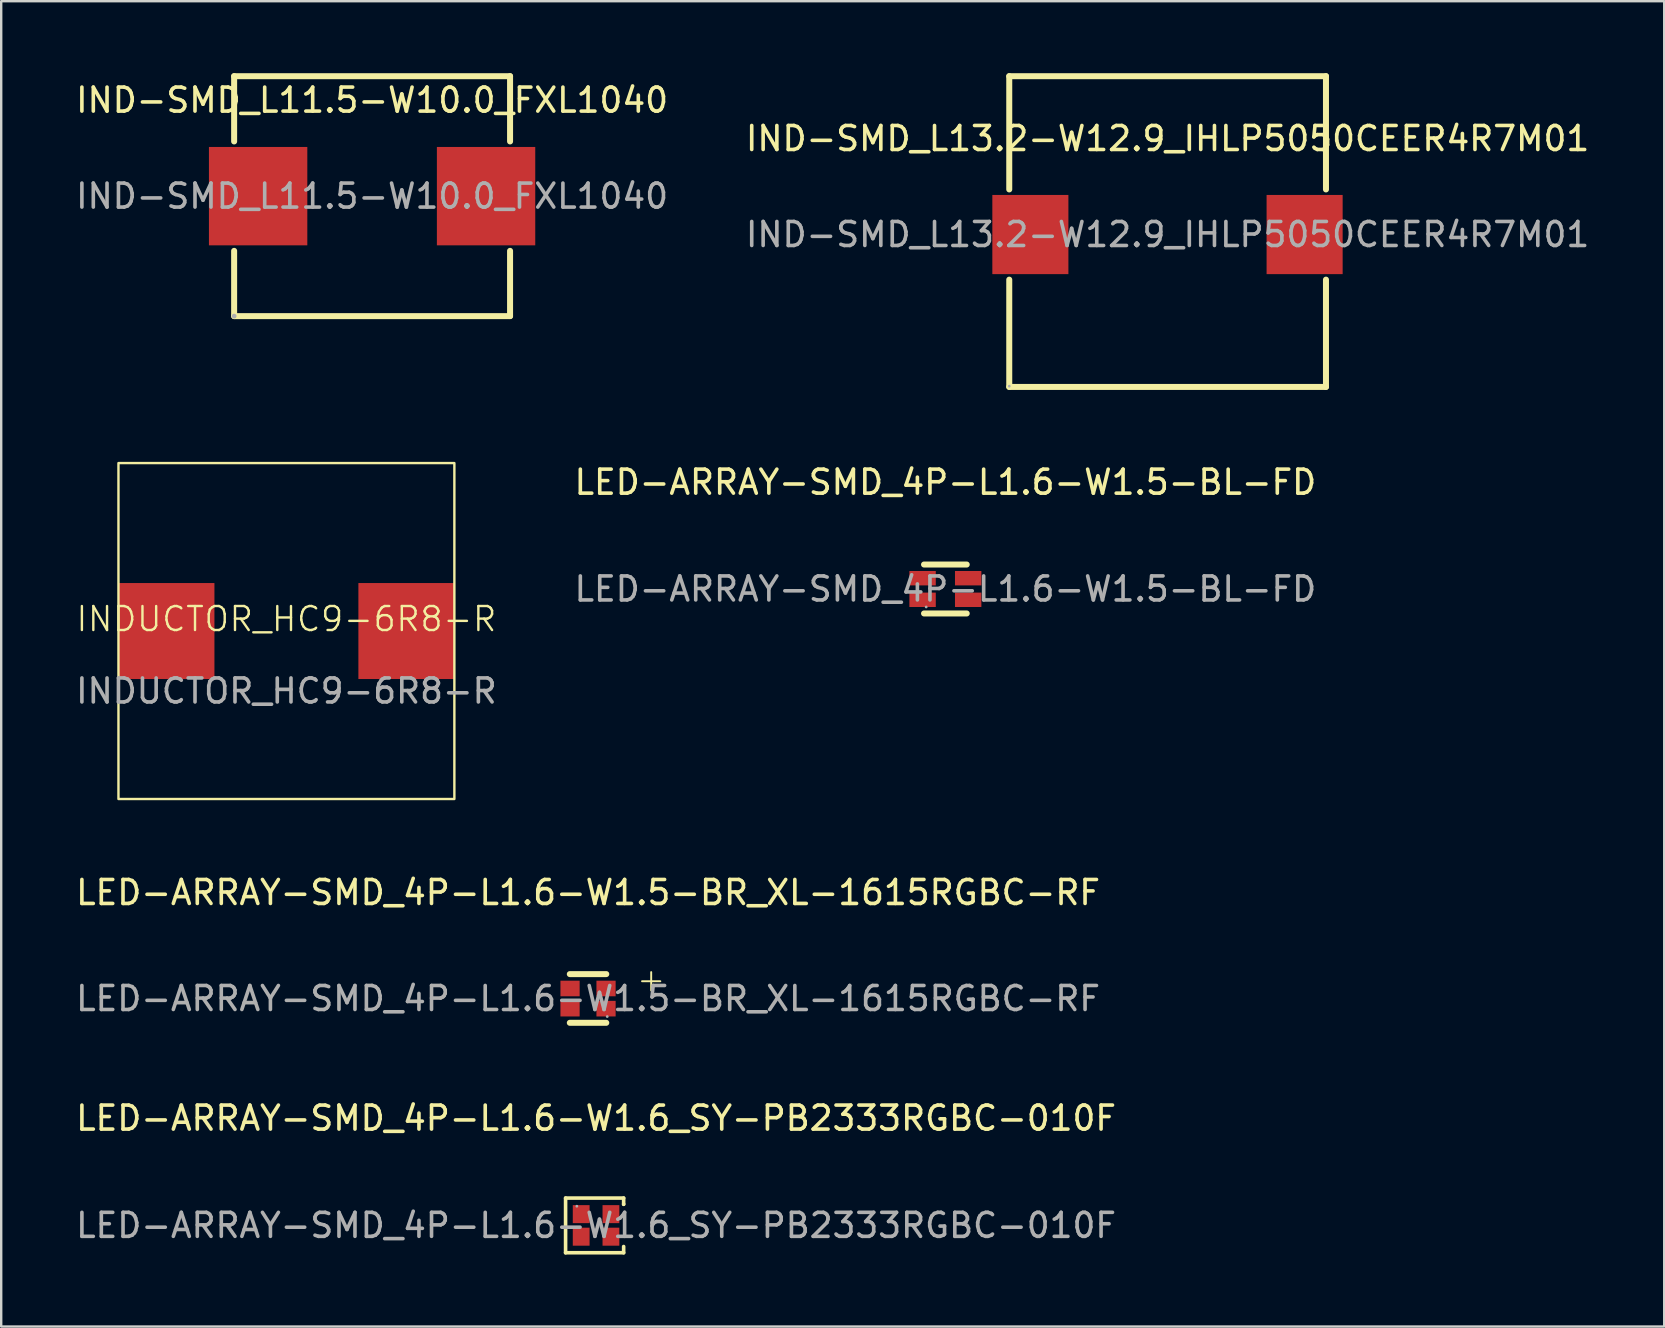
<source format=kicad_pcb>
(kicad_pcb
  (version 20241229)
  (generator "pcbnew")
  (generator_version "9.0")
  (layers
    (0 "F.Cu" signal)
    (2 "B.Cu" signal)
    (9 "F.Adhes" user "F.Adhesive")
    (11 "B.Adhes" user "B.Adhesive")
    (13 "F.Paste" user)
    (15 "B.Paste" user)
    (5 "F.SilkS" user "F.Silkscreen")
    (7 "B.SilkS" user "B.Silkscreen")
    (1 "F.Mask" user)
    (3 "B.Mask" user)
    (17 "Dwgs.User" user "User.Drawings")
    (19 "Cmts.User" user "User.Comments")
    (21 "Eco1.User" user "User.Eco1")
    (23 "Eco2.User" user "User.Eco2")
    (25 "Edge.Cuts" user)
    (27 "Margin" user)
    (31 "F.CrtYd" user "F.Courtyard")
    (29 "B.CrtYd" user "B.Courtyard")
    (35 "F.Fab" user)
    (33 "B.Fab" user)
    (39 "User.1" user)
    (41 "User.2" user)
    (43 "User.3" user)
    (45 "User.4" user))
  (footprint "IND-SMD_L11.5-W10.0_FXL1040"
    (layer "F.Cu")
    (at 12.458 5.125)
    (property "Reference" "IND-SMD_L11.5-W10.0_FXL1040" (at 0 -4 0) (layer "F.SilkS") (effects (font (size 1 1) (thickness 0.15))))
    (attr smd)
    (fp_line (start -5.75 -5) (end -5.75 -2.28) (stroke (width 0.25) (type solid)) (layer "F.SilkS"))
    (fp_line (start -5.75 -5) (end 5.75 -5) (stroke (width 0.25) (type solid)) (layer "F.SilkS"))
    (fp_line (start -5.75 2.28) (end -5.75 5) (stroke (width 0.25) (type solid)) (layer "F.SilkS"))
    (fp_line (start 5.75 -2.28) (end 5.75 -5) (stroke (width 0.25) (type solid)) (layer "F.SilkS"))
    (fp_line (start 5.75 5) (end -5.75 5) (stroke (width 0.25) (type solid)) (layer "F.SilkS"))
    (fp_line (start 5.75 5) (end 5.75 2.28) (stroke (width 0.25) (type solid)) (layer "F.SilkS"))
    (fp_circle (center -5.75 5) (end -5.7 5) (stroke (width 0.1) (type solid)) (fill no) (layer "F.Fab"))
    (fp_text user "${REFERENCE}" (at 0 0 0) (layer "F.Fab") (effects (font (size 1 1) (thickness 0.15))))
    (pad "1" smd rect (at -4.75 0) (size 4.1 4.1) (layers "F.Cu" "F.Mask" "F.Paste"))
    (pad "2" smd rect (at 4.75 0) (size 4.1 4.1) (layers "F.Cu" "F.Mask" "F.Paste")))
  (footprint "LED-ARRAY-SMD_4P-L1.6-W1.5-BL-FD"
    (layer "F.Cu")
    (at 36.351 21.498)
    (property "Reference" "LED-ARRAY-SMD_4P-L1.6-W1.5-BL-FD" (at 0 -4.45 0) (layer "F.SilkS") (effects (font (size 1 1) (thickness 0.15))))
    (attr smd)
    (fp_line (start -0.89 -1.02) (end 0.89 -1.02) (stroke (width 0.25) (type solid)) (layer "F.SilkS"))
    (fp_line (start -0.89 1.02) (end 0.89 1.02) (stroke (width 0.25) (type solid)) (layer "F.SilkS"))
    (fp_circle (center -0.8 0.75) (end -0.77 0.75) (stroke (width 0.06) (type solid)) (fill no) (layer "F.Fab"))
    (fp_text user "${REFERENCE}" (at 0 0 0) (layer "F.Fab") (effects (font (size 1 1) (thickness 0.15))))
    (pad "1" smd rect (at -0.95 0.45 270) (size 0.6 1.1) (layers "F.Cu" "F.Mask" "F.Paste"))
    (pad "2" smd rect (at 0.95 0.45 270) (size 0.6 1.1) (layers "F.Cu" "F.Mask" "F.Paste"))
    (pad "3" smd rect (at 0.95 -0.45 270) (size 0.6 1.1) (layers "F.Cu" "F.Mask" "F.Paste"))
    (pad "4" smd rect (at -0.95 -0.45 270) (size 0.6 1.1) (layers "F.Cu" "F.Mask" "F.Paste")))
  (footprint "LED-ARRAY-SMD_4P-L1.6-W1.5-BR_XL-1615RGBC-RF"
    (layer "F.Cu")
    (at 21.458 38.568)
    (property "Reference" "LED-ARRAY-SMD_4P-L1.6-W1.5-BR_XL-1615RGBC-RF" (at 0 -4.42 0) (layer "F.SilkS") (effects (font (size 1 1) (thickness 0.15))))
    (attr smd)
    (fp_line (start -0.76 -1.02) (end 0.76 -1.02) (stroke (width 0.25) (type solid)) (layer "F.SilkS"))
    (fp_line (start 0.76 1.01) (end -0.76 1.01) (stroke (width 0.25) (type solid)) (layer "F.SilkS"))
    (fp_circle (center 0.8 0.75) (end 0.83 0.75) (stroke (width 0.06) (type solid)) (fill no) (layer "F.Fab"))
    (fp_text user "+" (at 1.96 -0.8 180) (layer "F.SilkS") (effects (font (size 1 1) (thickness 0.08)) (justify left)))
    (fp_text user "${REFERENCE}" (at 0 0 0) (layer "F.Fab") (effects (font (size 1 1) (thickness 0.15))))
    (pad "1" smd rect (at 0.75 0.42 180) (size 0.8 0.65) (layers "F.Cu" "F.Mask" "F.Paste"))
    (pad "2" smd rect (at 0.75 -0.42 180) (size 0.8 0.65) (layers "F.Cu" "F.Mask" "F.Paste"))
    (pad "3" smd rect (at -0.75 -0.42 180) (size 0.8 0.65) (layers "F.Cu" "F.Mask" "F.Paste"))
    (pad "4" smd rect (at -0.75 0.42 180) (size 0.8 0.65) (layers "F.Cu" "F.Mask" "F.Paste")))
  (footprint "IND-SMD_L13.2-W12.9_IHLP5050CEER4R7M01"
    (layer "F.Cu")
    (at 45.613 6.725)
    (property "Reference" "IND-SMD_L13.2-W12.9_IHLP5050CEER4R7M01" (at 0 -4 0) (layer "F.SilkS") (effects (font (size 1 1) (thickness 0.15))))
    (attr through_hole)
    (fp_line (start -6.6 -6.6) (end -6.6 -1.88) (stroke (width 0.25) (type solid)) (layer "F.SilkS"))
    (fp_line (start -6.6 1.88) (end -6.6 6.35) (stroke (width 0.25) (type solid)) (layer "F.SilkS"))
    (fp_line (start -6.6 6.35) (end 6.6 6.35) (stroke (width 0.25) (type solid)) (layer "F.SilkS"))
    (fp_line (start 6.6 -6.6) (end -6.6 -6.6) (stroke (width 0.25) (type solid)) (layer "F.SilkS"))
    (fp_line (start 6.6 -1.88) (end 6.6 -6.6) (stroke (width 0.25) (type solid)) (layer "F.SilkS"))
    (fp_line (start 6.6 6.35) (end 6.6 1.88) (stroke (width 0.25) (type solid)) (layer "F.SilkS"))
    (fp_circle (center -6.6 6.32) (end -6.57 6.32) (stroke (width 0.06) (type solid)) (fill no) (layer "F.Fab"))
    (fp_text user "${REFERENCE}" (at 0 0 0) (layer "F.Fab") (effects (font (size 1 1) (thickness 0.15))))
    (pad "1" smd rect (at -5.72 0) (size 3.17 3.3) (layers "F.Cu" "F.Mask" "F.Paste"))
    (pad "2" smd rect (at 5.71 0) (size 3.17 3.3) (layers "F.Cu" "F.Mask" "F.Paste")))
  (footprint "INDUCTOR_HC9-6R8-R"
    (layer "F.Cu")
    (at 8.887 23.25)
    (property "Reference" "INDUCTOR_HC9-6R8-R" (at 0 -0.5 0) (unlocked yes) (layer "F.SilkS") (effects (font (size 1 1) (thickness 0.1))))
    (attr smd)
    (fp_rect (start -7 -7) (end 7 7) (stroke (width 0.1) (type default)) (fill no) (layer "F.SilkS"))
    (fp_text user "${REFERENCE}" (at 0 2.5 0) (unlocked yes) (layer "F.Fab") (effects (font (size 1 1) (thickness 0.15))))
    (pad "1" smd rect (at -5 0) (size 4 4) (layers "F.Cu" "F.Mask" "F.Paste"))
    (pad "2" smd rect (at 5 0) (size 4 4) (layers "F.Cu" "F.Mask" "F.Paste")))
  (footprint "LED-ARRAY-SMD_4P-L1.6-W1.6_SY-PB2333RGBC-010F"
    (layer "F.Cu")
    (at 21.792 48.022)
    (property "Reference" "LED-ARRAY-SMD_4P-L1.6-W1.6_SY-PB2333RGBC-010F" (at 0 -4.47 0) (layer "F.SilkS") (effects (font (size 1 1) (thickness 0.15))))
    (attr smd)
    (fp_line (start -1.27 -1.14) (end -1.27 1.14) (stroke (width 0.15) (type solid)) (layer "F.SilkS"))
    (fp_line (start -1.27 1.14) (end 1.15 1.14) (stroke (width 0.15) (type solid)) (layer "F.SilkS"))
    (fp_line (start 1.15 -1.14) (end -1.27 -1.14) (stroke (width 0.15) (type solid)) (layer "F.SilkS"))
    (fp_line (start 1.15 -0.88) (end 1.15 -1.14) (stroke (width 0.15) (type solid)) (layer "F.SilkS"))
    (fp_line (start 1.15 -0.88) (end 1.15 -0.89) (stroke (width 0.15) (type solid)) (layer "F.SilkS"))
    (fp_line (start 1.15 1.14) (end 1.15 0.88) (stroke (width 0.15) (type solid)) (layer "F.SilkS"))
    (fp_circle (center -0.8 -0.8) (end -0.77 -0.8) (stroke (width 0.06) (type solid)) (fill no) (layer "F.Fab"))
    (fp_text user "${REFERENCE}" (at 0 0 0) (layer "F.Fab") (effects (font (size 1 1) (thickness 0.15))))
    (pad "1" smd rect (at -0.62 -0.47) (size 0.7 0.75) (layers "F.Cu" "F.Mask" "F.Paste"))
    (pad "2" smd rect (at 0.62 -0.47) (size 0.7 0.75) (layers "F.Cu" "F.Mask" "F.Paste"))
    (pad "3" smd rect (at -0.62 0.47) (size 0.7 0.75) (layers "F.Cu" "F.Mask" "F.Paste"))
    (pad "4" smd rect (at 0.62 0.47) (size 0.7 0.75) (layers "F.Cu" "F.Mask" "F.Paste")))
  (gr_rect
    (start -3 -3)
    (end 66.31 52.236)
    (stroke (width 0.1) (type default))
    (fill no)
    (layer "Edge.Cuts")))
</source>
